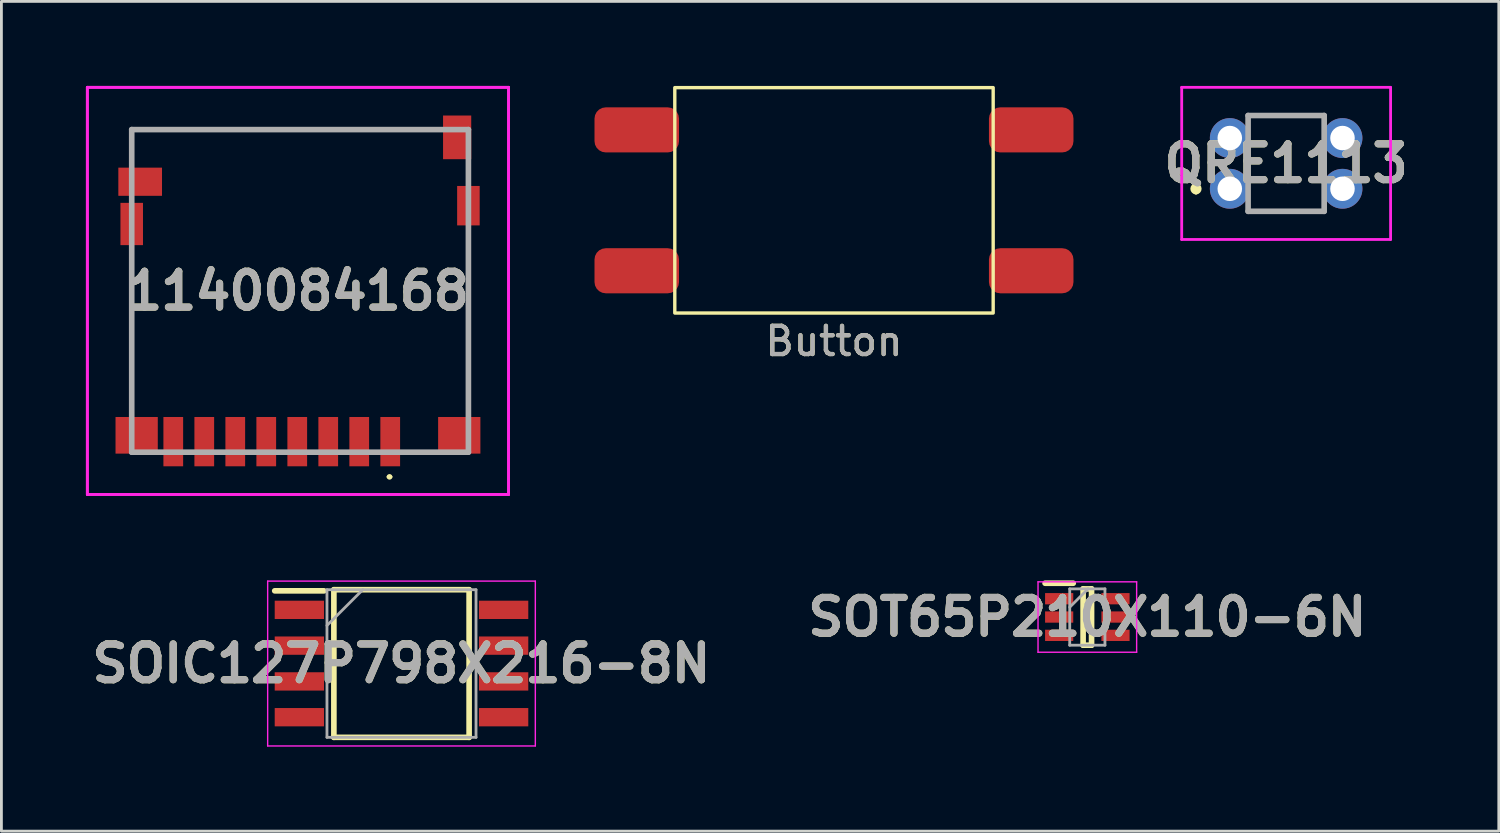
<source format=kicad_pcb>
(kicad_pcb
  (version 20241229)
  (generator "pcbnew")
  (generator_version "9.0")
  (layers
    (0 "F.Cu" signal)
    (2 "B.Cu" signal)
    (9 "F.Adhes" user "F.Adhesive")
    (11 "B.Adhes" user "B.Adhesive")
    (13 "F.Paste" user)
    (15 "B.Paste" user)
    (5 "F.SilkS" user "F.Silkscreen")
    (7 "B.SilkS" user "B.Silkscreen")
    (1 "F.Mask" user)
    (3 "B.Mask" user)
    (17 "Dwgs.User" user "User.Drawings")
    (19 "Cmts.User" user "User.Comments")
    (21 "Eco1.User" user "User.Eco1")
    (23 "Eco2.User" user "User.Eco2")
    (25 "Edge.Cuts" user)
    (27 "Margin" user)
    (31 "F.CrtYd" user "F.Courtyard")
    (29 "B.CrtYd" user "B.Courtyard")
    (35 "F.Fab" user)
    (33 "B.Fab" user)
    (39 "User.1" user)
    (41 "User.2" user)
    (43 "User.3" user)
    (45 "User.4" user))
  (footprint "SOIC127P798X216-8N"
    (layer "F.Cu")
    (at 11.2 20.5)
    (property "Reference" "SOIC127P798X216-8N" (at 0 0 0) (layer "F.SilkS") (effects (font (size 1.27 1.27) (thickness 0.254))))
    (attr smd)
    (fp_line (start -4.5 -2.58) (end -2.75 -2.58) (stroke (width 0.2) (type solid)) (layer "F.SilkS"))
    (fp_line (start -2.4 -2.62) (end 2.4 -2.62) (stroke (width 0.2) (type solid)) (layer "F.SilkS"))
    (fp_line (start -2.4 2.62) (end -2.4 -2.62) (stroke (width 0.2) (type solid)) (layer "F.SilkS"))
    (fp_line (start 2.4 -2.62) (end 2.4 2.62) (stroke (width 0.2) (type solid)) (layer "F.SilkS"))
    (fp_line (start 2.4 2.62) (end -2.4 2.62) (stroke (width 0.2) (type solid)) (layer "F.SilkS"))
    (fp_line (start -4.75 -2.925) (end 4.75 -2.925) (stroke (width 0.05) (type solid)) (layer "F.CrtYd"))
    (fp_line (start -4.75 2.925) (end -4.75 -2.925) (stroke (width 0.05) (type solid)) (layer "F.CrtYd"))
    (fp_line (start 4.75 -2.925) (end 4.75 2.925) (stroke (width 0.05) (type solid)) (layer "F.CrtYd"))
    (fp_line (start 4.75 2.925) (end -4.75 2.925) (stroke (width 0.05) (type solid)) (layer "F.CrtYd"))
    (fp_line (start -2.645 -2.62) (end 2.645 -2.62) (stroke (width 0.1) (type solid)) (layer "F.Fab"))
    (fp_line (start -2.645 -1.35) (end -1.375 -2.62) (stroke (width 0.1) (type solid)) (layer "F.Fab"))
    (fp_line (start -2.645 2.62) (end -2.645 -2.62) (stroke (width 0.1) (type solid)) (layer "F.Fab"))
    (fp_line (start 2.645 -2.62) (end 2.645 2.62) (stroke (width 0.1) (type solid)) (layer "F.Fab"))
    (fp_line (start 2.645 2.62) (end -2.645 2.62) (stroke (width 0.1) (type solid)) (layer "F.Fab"))
    (fp_text user "${REFERENCE}" (at 0 0 0) (layer "F.Fab") (effects (font (size 1.27 1.27) (thickness 0.254))))
    (pad "1" smd rect (at -3.625 -1.905 90) (size 0.65 1.75) (layers "F.Cu" "F.Mask" "F.Paste"))
    (pad "2" smd rect (at -3.625 -0.635 90) (size 0.65 1.75) (layers "F.Cu" "F.Mask" "F.Paste"))
    (pad "3" smd rect (at -3.625 0.635 90) (size 0.65 1.75) (layers "F.Cu" "F.Mask" "F.Paste"))
    (pad "4" smd rect (at -3.625 1.905 90) (size 0.65 1.75) (layers "F.Cu" "F.Mask" "F.Paste"))
    (pad "5" smd rect (at 3.625 1.905 90) (size 0.65 1.75) (layers "F.Cu" "F.Mask" "F.Paste"))
    (pad "6" smd rect (at 3.625 0.635 90) (size 0.65 1.75) (layers "F.Cu" "F.Mask" "F.Paste"))
    (pad "7" smd rect (at 3.625 -0.635 90) (size 0.65 1.75) (layers "F.Cu" "F.Mask" "F.Paste"))
    (pad "8" smd rect (at 3.625 -1.905 90) (size 0.65 1.75) (layers "F.Cu" "F.Mask" "F.Paste")))
  (footprint "Button"
    (layer "F.Cu")
    (at 26.55 4.06)
    (property "Reference" "Button" (at 0 5 0) (unlocked yes) (layer "F.SilkS") (effects (font (size 1 1) (thickness 0.15))))
    (attr smd)
    (fp_rect (start -5.65 -4) (end 5.65 4) (stroke (width 0.12) (type solid)) (fill no) (layer "F.SilkS"))
    (fp_text user "${REFERENCE}" (at 0 5 0) (unlocked yes) (layer "F.Fab") (effects (font (size 1 1) (thickness 0.15))))
    (pad "1" smd roundrect (at -7 -2.5) (size 3 1.6) (layers "F.Cu" "F.Mask" "F.Paste") (roundrect_rratio 0.25))
    (pad "1" smd roundrect (at 7 -2.5) (size 3 1.6) (layers "F.Cu" "F.Mask" "F.Paste") (roundrect_rratio 0.25))
    (pad "2" smd roundrect (at -7 2.5) (size 3 1.6) (layers "F.Cu" "F.Mask" "F.Paste") (roundrect_rratio 0.25))
    (pad "2" smd roundrect (at 7 2.5) (size 3 1.6) (layers "F.Cu" "F.Mask" "F.Paste") (roundrect_rratio 0.25)))
  (footprint "1140084168"
    (layer "F.Cu")
    (at 7.525 7.275)
    (property "Reference" "1140084168" (at 0 0 0) (layer "F.SilkS") (effects (font (size 1.27 1.27) (thickness 0.254))))
    (attr smd)
    (fp_line (start -5.9 -5.725) (end 4.175 -5.725) (stroke (width 0.1) (type solid)) (layer "F.SilkS"))
    (fp_line (start -5.9 -5.025) (end -5.9 -5.725) (stroke (width 0.1) (type solid)) (layer "F.SilkS"))
    (fp_line (start -5.9 -1.025) (end -5.9 3.975) (stroke (width 0.1) (type solid)) (layer "F.SilkS"))
    (fp_line (start 3.2 6.6) (end 3.2 6.6) (stroke (width 0.1) (type solid)) (layer "F.SilkS"))
    (fp_line (start 3.3 6.6) (end 3.3 6.6) (stroke (width 0.1) (type solid)) (layer "F.SilkS"))
    (fp_line (start 6.05 -2.025) (end 6.05 3.975) (stroke (width 0.1) (type solid)) (layer "F.SilkS"))
    (fp_arc (start 3.2 6.6) (mid 3.25 6.55) (end 3.3 6.6) (stroke (width 0.1) (type solid)) (layer "F.SilkS"))
    (fp_arc (start 3.3 6.6) (mid 3.25 6.65) (end 3.2 6.6) (stroke (width 0.1) (type solid)) (layer "F.SilkS"))
    (fp_line (start -7.475 -7.225) (end 7.475 -7.225) (stroke (width 0.1) (type solid)) (layer "F.CrtYd"))
    (fp_line (start -7.475 -7.225) (end 7.475 -7.225) (stroke (width 0.1) (type solid)) (layer "F.CrtYd"))
    (fp_line (start -7.475 7.225) (end -7.475 -7.225) (stroke (width 0.1) (type solid)) (layer "F.CrtYd"))
    (fp_line (start -7.475 7.225) (end -7.475 -7.225) (stroke (width 0.1) (type solid)) (layer "F.CrtYd"))
    (fp_line (start 7.475 -7.225) (end 7.475 7.225) (stroke (width 0.1) (type solid)) (layer "F.CrtYd"))
    (fp_line (start 7.475 -7.225) (end 7.475 7.225) (stroke (width 0.1) (type solid)) (layer "F.CrtYd"))
    (fp_line (start 7.475 7.225) (end -7.475 7.225) (stroke (width 0.1) (type solid)) (layer "F.CrtYd"))
    (fp_line (start 7.475 7.225) (end -7.475 7.225) (stroke (width 0.1) (type solid)) (layer "F.CrtYd"))
    (fp_line (start -5.9 -5.725) (end 6.05 -5.725) (stroke (width 0.2) (type solid)) (layer "F.Fab"))
    (fp_line (start -5.9 5.725) (end -5.9 -5.725) (stroke (width 0.2) (type solid)) (layer "F.Fab"))
    (fp_line (start 6.05 -5.725) (end 6.05 5.725) (stroke (width 0.2) (type solid)) (layer "F.Fab"))
    (fp_line (start 6.05 5.725) (end -5.9 5.725) (stroke (width 0.2) (type solid)) (layer "F.Fab"))
    (fp_text user "${REFERENCE}" (at 0 0 0) (layer "F.Fab") (effects (font (size 1.27 1.27) (thickness 0.254))))
    (pad "1" smd rect (at 3.275 5.35) (size 0.7 1.75) (layers "F.Cu" "F.Mask" "F.Paste"))
    (pad "2" smd rect (at 2.175 5.35) (size 0.7 1.75) (layers "F.Cu" "F.Mask" "F.Paste"))
    (pad "3" smd rect (at 1.075 5.35) (size 0.7 1.75) (layers "F.Cu" "F.Mask" "F.Paste"))
    (pad "4" smd rect (at -0.025 5.35) (size 0.7 1.75) (layers "F.Cu" "F.Mask" "F.Paste"))
    (pad "5" smd rect (at -1.125 5.35) (size 0.7 1.75) (layers "F.Cu" "F.Mask" "F.Paste"))
    (pad "6" smd rect (at -2.225 5.35) (size 0.7 1.75) (layers "F.Cu" "F.Mask" "F.Paste"))
    (pad "7" smd rect (at -3.325 5.35) (size 0.7 1.75) (layers "F.Cu" "F.Mask" "F.Paste"))
    (pad "8" smd rect (at -4.425 5.35) (size 0.7 1.75) (layers "F.Cu" "F.Mask" "F.Paste"))
    (pad "9" smd rect (at -5.725 5.125 90) (size 1.3 1.5) (layers "F.Cu" "F.Mask" "F.Paste"))
    (pad "10" smd rect (at 5.725 5.125 90) (size 1.3 1.5) (layers "F.Cu" "F.Mask" "F.Paste"))
    (pad "11" smd rect (at -5.9 -2.375) (size 0.8 1.5) (layers "F.Cu" "F.Mask" "F.Paste"))
    (pad "12" smd rect (at 6.05 -3.025) (size 0.8 1.4) (layers "F.Cu" "F.Mask" "F.Paste"))
    (pad "CD1" smd rect (at -5.6 -3.875 90) (size 1 1.55) (layers "F.Cu" "F.Mask" "F.Paste"))
    (pad "CD2" smd rect (at 5.65 -5.45) (size 1 1.55) (layers "F.Cu" "F.Mask" "F.Paste")))
  (footprint "QRE1113"
    (layer "F.Cu")
    (at 40.598 3.65)
    (property "Reference" "QRE1113" (at 2 -0.9 0) (layer "F.SilkS") (effects (font (size 1.27 1.27) (thickness 0.254))))
    (attr through_hole)
    (fp_line (start -1.2 -0.1) (end -1.2 -0.1) (stroke (width 0.2) (type solid)) (layer "F.SilkS"))
    (fp_line (start -1.2 0.1) (end -1.2 0.1) (stroke (width 0.2) (type solid)) (layer "F.SilkS"))
    (fp_line (start 0.65 -2.6) (end 3.35 -2.6) (stroke (width 0.1) (type solid)) (layer "F.SilkS"))
    (fp_line (start 0.65 0.8) (end 3.35 0.8) (stroke (width 0.1) (type solid)) (layer "F.SilkS"))
    (fp_arc (start -1.2 -0.1) (mid -1.1 0) (end -1.2 0.1) (stroke (width 0.2) (type solid)) (layer "F.SilkS"))
    (fp_arc (start -1.2 0.1) (mid -1.3 0) (end -1.2 -0.1) (stroke (width 0.2) (type solid)) (layer "F.SilkS"))
    (fp_line (start -1.707 -3.6) (end 5.707 -3.6) (stroke (width 0.1) (type solid)) (layer "F.CrtYd"))
    (fp_line (start -1.707 1.8) (end -1.707 -3.6) (stroke (width 0.1) (type solid)) (layer "F.CrtYd"))
    (fp_line (start 5.707 -3.6) (end 5.707 1.8) (stroke (width 0.1) (type solid)) (layer "F.CrtYd"))
    (fp_line (start 5.707 1.8) (end -1.707 1.8) (stroke (width 0.1) (type solid)) (layer "F.CrtYd"))
    (fp_line (start 0.65 -2.6) (end 3.35 -2.6) (stroke (width 0.2) (type solid)) (layer "F.Fab"))
    (fp_line (start 0.65 0.8) (end 0.65 -2.6) (stroke (width 0.2) (type solid)) (layer "F.Fab"))
    (fp_line (start 3.35 -2.6) (end 3.35 0.8) (stroke (width 0.2) (type solid)) (layer "F.Fab"))
    (fp_line (start 3.35 0.8) (end 0.65 0.8) (stroke (width 0.2) (type solid)) (layer "F.Fab"))
    (fp_text user "${REFERENCE}" (at 2 -0.9 0) (layer "F.Fab") (effects (font (size 1.27 1.27) (thickness 0.254))))
    (pad "1" thru_hole circle (at 0 0) (size 1.414 1.414) (drill 0.87) (layers "*.Cu" "*.Mask"))
    (pad "2" thru_hole circle (at 4 0) (size 1.414 1.414) (drill 0.87) (layers "*.Cu" "*.Mask"))
    (pad "3" thru_hole circle (at 4 -1.8) (size 1.414 1.414) (drill 0.87) (layers "*.Cu" "*.Mask"))
    (pad "4" thru_hole circle (at 0 -1.8) (size 1.414 1.414) (drill 0.87) (layers "*.Cu" "*.Mask")))
  (footprint "SOT65P210X110-6N"
    (layer "F.Cu")
    (at 35.542 18.85)
    (property "Reference" "SOT65P210X110-6N" (at 0 0 0) (layer "F.SilkS") (effects (font (size 1.27 1.27) (thickness 0.254))))
    (attr smd)
    (fp_line (start -1.5 -1.2) (end -0.5 -1.2) (stroke (width 0.2) (type solid)) (layer "F.SilkS"))
    (fp_line (start -0.15 -1) (end 0.15 -1) (stroke (width 0.2) (type solid)) (layer "F.SilkS"))
    (fp_line (start -0.15 1) (end -0.15 -1) (stroke (width 0.2) (type solid)) (layer "F.SilkS"))
    (fp_line (start 0.15 -1) (end 0.15 1) (stroke (width 0.2) (type solid)) (layer "F.SilkS"))
    (fp_line (start 0.15 1) (end -0.15 1) (stroke (width 0.2) (type solid)) (layer "F.SilkS"))
    (fp_line (start -1.75 -1.25) (end 1.75 -1.25) (stroke (width 0.05) (type solid)) (layer "F.CrtYd"))
    (fp_line (start -1.75 1.25) (end -1.75 -1.25) (stroke (width 0.05) (type solid)) (layer "F.CrtYd"))
    (fp_line (start 1.75 -1.25) (end 1.75 1.25) (stroke (width 0.05) (type solid)) (layer "F.CrtYd"))
    (fp_line (start 1.75 1.25) (end -1.75 1.25) (stroke (width 0.05) (type solid)) (layer "F.CrtYd"))
    (fp_line (start -0.625 -1) (end 0.625 -1) (stroke (width 0.1) (type solid)) (layer "F.Fab"))
    (fp_line (start -0.625 -0.35) (end 0.025 -1) (stroke (width 0.1) (type solid)) (layer "F.Fab"))
    (fp_line (start -0.625 1) (end -0.625 -1) (stroke (width 0.1) (type solid)) (layer "F.Fab"))
    (fp_line (start 0.625 -1) (end 0.625 1) (stroke (width 0.1) (type solid)) (layer "F.Fab"))
    (fp_line (start 0.625 1) (end -0.625 1) (stroke (width 0.1) (type solid)) (layer "F.Fab"))
    (fp_text user "${REFERENCE}" (at 0 0 0) (layer "F.Fab") (effects (font (size 1.27 1.27) (thickness 0.254))))
    (pad "1" smd rect (at -1 -0.65 90) (size 0.4 1) (layers "F.Cu" "F.Mask" "F.Paste"))
    (pad "2" smd rect (at -1 0 90) (size 0.4 1) (layers "F.Cu" "F.Mask" "F.Paste"))
    (pad "3" smd rect (at -1 0.65 90) (size 0.4 1) (layers "F.Cu" "F.Mask" "F.Paste"))
    (pad "4" smd rect (at 1 0.65 90) (size 0.4 1) (layers "F.Cu" "F.Mask" "F.Paste"))
    (pad "5" smd rect (at 1 0 90) (size 0.4 1) (layers "F.Cu" "F.Mask" "F.Paste"))
    (pad "6" smd rect (at 1 -0.65 90) (size 0.4 1) (layers "F.Cu" "F.Mask" "F.Paste")))
  (gr_rect
    (start -3 -3)
    (end 50.146 26.45)
    (stroke (width 0.1) (type default))
    (fill no)
    (layer "Edge.Cuts")))
</source>
